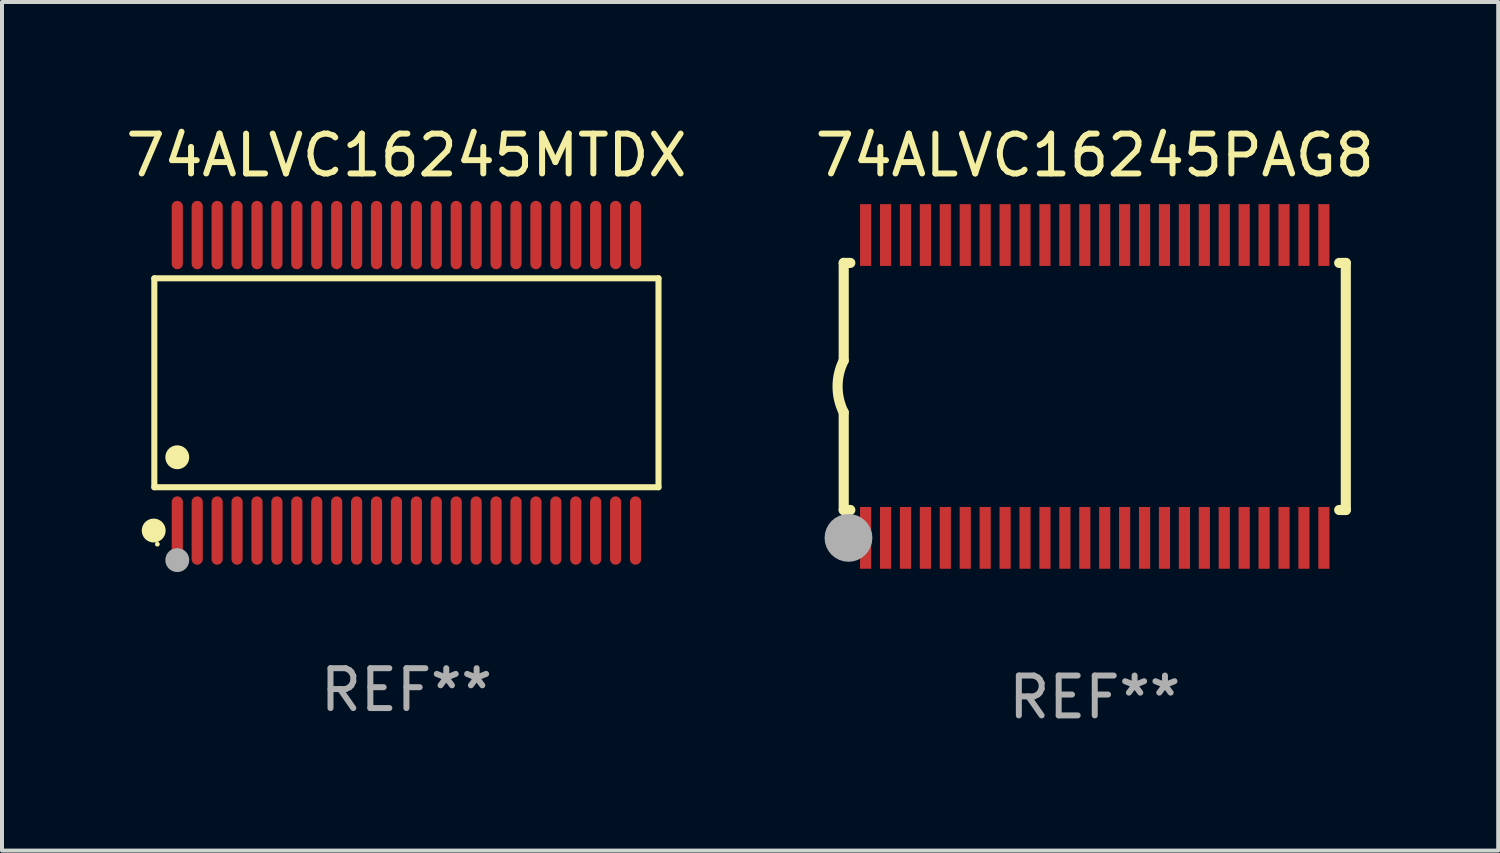
<source format=kicad_pcb>
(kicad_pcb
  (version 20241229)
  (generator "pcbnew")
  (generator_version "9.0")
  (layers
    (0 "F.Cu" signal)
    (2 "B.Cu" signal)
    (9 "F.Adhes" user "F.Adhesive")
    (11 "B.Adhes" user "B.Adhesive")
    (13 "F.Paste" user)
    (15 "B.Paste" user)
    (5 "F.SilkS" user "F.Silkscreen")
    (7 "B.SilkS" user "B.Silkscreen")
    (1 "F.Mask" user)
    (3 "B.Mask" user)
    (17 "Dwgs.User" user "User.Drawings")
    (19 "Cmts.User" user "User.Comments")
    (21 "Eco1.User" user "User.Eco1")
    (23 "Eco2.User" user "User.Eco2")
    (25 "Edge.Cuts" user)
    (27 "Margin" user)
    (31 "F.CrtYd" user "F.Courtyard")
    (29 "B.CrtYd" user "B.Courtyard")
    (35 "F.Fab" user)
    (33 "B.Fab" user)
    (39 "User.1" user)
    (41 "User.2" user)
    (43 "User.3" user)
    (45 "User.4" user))
  (footprint "74ALVC16245PAG8"
    (layer "F.Cu")
    (at 24.423 6.648)
    (property "Reference" "74ALVC16245PAG8" (at 0 -5.8 0) (layer "F.SilkS") (effects (font (size 1 1) (thickness 0.15))))
    (attr through_hole)
    (fp_line (start -6.3 -3.1) (end -6.3 -0.65) (stroke (width 0.254) (type solid)) (layer "F.SilkS"))
    (fp_line (start -6.3 -3.1) (end -6.134 -3.1) (stroke (width 0.254) (type solid)) (layer "F.SilkS"))
    (fp_line (start -6.3 3.1) (end -6.3 0.65) (stroke (width 0.254) (type solid)) (layer "F.SilkS"))
    (fp_line (start -6.3 3.1) (end -6.134 3.1) (stroke (width 0.254) (type solid)) (layer "F.SilkS"))
    (fp_line (start 6.134 -3.1) (end 6.3 -3.1) (stroke (width 0.254) (type solid)) (layer "F.SilkS"))
    (fp_line (start 6.134 3.1) (end 6.3 3.1) (stroke (width 0.254) (type solid)) (layer "F.SilkS"))
    (fp_line (start 6.3 -3.1) (end 6.3 3.1) (stroke (width 0.254) (type solid)) (layer "F.SilkS"))
    (fp_arc (start -6.301016 0.650114) (mid -6.45413 -0.000082) (end -6.3 -0.650038) (stroke (width 0.254001) (type solid)) (layer "F.SilkS"))
    (fp_circle (center -6.35 3.81) (end -6.223 3.81) (stroke (width 0.254) (type solid)) (fill no) (layer "F.SilkS"))
    (fp_circle (center -6.25 4.05) (end -6.22 4.05) (stroke (width 0.06) (type solid)) (fill no) (layer "F.SilkS"))
    (fp_circle (center -6.18 3.8) (end -5.88 3.8) (stroke (width 0.6) (type solid)) (fill no) (layer "F.Fab"))
    (fp_text user "REF**" (at 0 7.8 0) (layer "F.Fab") (effects (font (size 1 1) (thickness 0.15))))
    (pad "1" smd rect (at -5.75 3.8) (size 0.28 1.55) (layers "F.Cu" "F.Mask" "F.Paste"))
    (pad "2" smd rect (at -5.25 3.8) (size 0.28 1.55) (layers "F.Cu" "F.Mask" "F.Paste"))
    (pad "3" smd rect (at -4.75 3.8) (size 0.28 1.55) (layers "F.Cu" "F.Mask" "F.Paste"))
    (pad "4" smd rect (at -4.25 3.8) (size 0.28 1.55) (layers "F.Cu" "F.Mask" "F.Paste"))
    (pad "5" smd rect (at -3.75 3.8) (size 0.28 1.55) (layers "F.Cu" "F.Mask" "F.Paste"))
    (pad "6" smd rect (at -3.25 3.8) (size 0.28 1.55) (layers "F.Cu" "F.Mask" "F.Paste"))
    (pad "7" smd rect (at -2.75 3.8) (size 0.28 1.55) (layers "F.Cu" "F.Mask" "F.Paste"))
    (pad "8" smd rect (at -2.25 3.8) (size 0.28 1.55) (layers "F.Cu" "F.Mask" "F.Paste"))
    (pad "9" smd rect (at -1.75 3.8) (size 0.28 1.55) (layers "F.Cu" "F.Mask" "F.Paste"))
    (pad "10" smd rect (at -1.25 3.8) (size 0.28 1.55) (layers "F.Cu" "F.Mask" "F.Paste"))
    (pad "11" smd rect (at -0.75 3.8) (size 0.28 1.55) (layers "F.Cu" "F.Mask" "F.Paste"))
    (pad "12" smd rect (at -0.25 3.8) (size 0.28 1.55) (layers "F.Cu" "F.Mask" "F.Paste"))
    (pad "13" smd rect (at 0.25 3.8) (size 0.28 1.55) (layers "F.Cu" "F.Mask" "F.Paste"))
    (pad "14" smd rect (at 0.75 3.8) (size 0.28 1.55) (layers "F.Cu" "F.Mask" "F.Paste"))
    (pad "15" smd rect (at 1.25 3.8) (size 0.28 1.55) (layers "F.Cu" "F.Mask" "F.Paste"))
    (pad "16" smd rect (at 1.75 3.8) (size 0.28 1.55) (layers "F.Cu" "F.Mask" "F.Paste"))
    (pad "17" smd rect (at 2.25 3.8) (size 0.28 1.55) (layers "F.Cu" "F.Mask" "F.Paste"))
    (pad "18" smd rect (at 2.75 3.8) (size 0.28 1.55) (layers "F.Cu" "F.Mask" "F.Paste"))
    (pad "19" smd rect (at 3.25 3.8) (size 0.28 1.55) (layers "F.Cu" "F.Mask" "F.Paste"))
    (pad "20" smd rect (at 3.75 3.8) (size 0.28 1.55) (layers "F.Cu" "F.Mask" "F.Paste"))
    (pad "21" smd rect (at 4.25 3.8) (size 0.28 1.55) (layers "F.Cu" "F.Mask" "F.Paste"))
    (pad "22" smd rect (at 4.75 3.8) (size 0.28 1.55) (layers "F.Cu" "F.Mask" "F.Paste"))
    (pad "23" smd rect (at 5.25 3.8) (size 0.28 1.55) (layers "F.Cu" "F.Mask" "F.Paste"))
    (pad "24" smd rect (at 5.75 3.8) (size 0.28 1.55) (layers "F.Cu" "F.Mask" "F.Paste"))
    (pad "25" smd rect (at 5.75 -3.8) (size 0.28 1.55) (layers "F.Cu" "F.Mask" "F.Paste"))
    (pad "26" smd rect (at 5.25 -3.8) (size 0.28 1.55) (layers "F.Cu" "F.Mask" "F.Paste"))
    (pad "27" smd rect (at 4.75 -3.8) (size 0.28 1.55) (layers "F.Cu" "F.Mask" "F.Paste"))
    (pad "28" smd rect (at 4.25 -3.8) (size 0.28 1.55) (layers "F.Cu" "F.Mask" "F.Paste"))
    (pad "29" smd rect (at 3.75 -3.8) (size 0.28 1.55) (layers "F.Cu" "F.Mask" "F.Paste"))
    (pad "30" smd rect (at 3.25 -3.8) (size 0.28 1.55) (layers "F.Cu" "F.Mask" "F.Paste"))
    (pad "31" smd rect (at 2.75 -3.8) (size 0.28 1.55) (layers "F.Cu" "F.Mask" "F.Paste"))
    (pad "32" smd rect (at 2.25 -3.8) (size 0.28 1.55) (layers "F.Cu" "F.Mask" "F.Paste"))
    (pad "33" smd rect (at 1.75 -3.8) (size 0.28 1.55) (layers "F.Cu" "F.Mask" "F.Paste"))
    (pad "34" smd rect (at 1.25 -3.8) (size 0.28 1.55) (layers "F.Cu" "F.Mask" "F.Paste"))
    (pad "35" smd rect (at 0.75 -3.8) (size 0.28 1.55) (layers "F.Cu" "F.Mask" "F.Paste"))
    (pad "36" smd rect (at 0.25 -3.8) (size 0.28 1.55) (layers "F.Cu" "F.Mask" "F.Paste"))
    (pad "37" smd rect (at -0.25 -3.8) (size 0.28 1.55) (layers "F.Cu" "F.Mask" "F.Paste"))
    (pad "38" smd rect (at -0.75 -3.8) (size 0.28 1.55) (layers "F.Cu" "F.Mask" "F.Paste"))
    (pad "39" smd rect (at -1.25 -3.8) (size 0.28 1.55) (layers "F.Cu" "F.Mask" "F.Paste"))
    (pad "40" smd rect (at -1.75 -3.8) (size 0.28 1.55) (layers "F.Cu" "F.Mask" "F.Paste"))
    (pad "41" smd rect (at -2.25 -3.8) (size 0.28 1.55) (layers "F.Cu" "F.Mask" "F.Paste"))
    (pad "42" smd rect (at -2.75 -3.8) (size 0.28 1.55) (layers "F.Cu" "F.Mask" "F.Paste"))
    (pad "43" smd rect (at -3.25 -3.8) (size 0.28 1.55) (layers "F.Cu" "F.Mask" "F.Paste"))
    (pad "44" smd rect (at -3.75 -3.8) (size 0.28 1.55) (layers "F.Cu" "F.Mask" "F.Paste"))
    (pad "45" smd rect (at -4.25 -3.8) (size 0.28 1.55) (layers "F.Cu" "F.Mask" "F.Paste"))
    (pad "46" smd rect (at -4.75 -3.8) (size 0.28 1.55) (layers "F.Cu" "F.Mask" "F.Paste"))
    (pad "47" smd rect (at -5.25 -3.8) (size 0.28 1.55) (layers "F.Cu" "F.Mask" "F.Paste"))
    (pad "48" smd rect (at -5.75 -3.8) (size 0.28 1.55) (layers "F.Cu" "F.Mask" "F.Paste")))
  (footprint "74ALVC16245MTDX"
    (layer "F.Cu")
    (at 7.149 6.556)
    (property "Reference" "74ALVC16245MTDX" (at 0 -5.708 0) (layer "F.SilkS") (effects (font (size 1 1) (thickness 0.15))))
    (attr through_hole)
    (fp_line (start -6.326 -2.622) (end 6.326 -2.622) (stroke (width 0.152) (type solid)) (layer "F.SilkS"))
    (fp_line (start -6.326 2.621) (end -6.326 -2.622) (stroke (width 0.152) (type solid)) (layer "F.SilkS"))
    (fp_line (start 6.326 -2.622) (end 6.326 2.621) (stroke (width 0.152) (type solid)) (layer "F.SilkS"))
    (fp_line (start 6.326 2.621) (end -6.326 2.621) (stroke (width 0.152) (type solid)) (layer "F.SilkS"))
    (fp_circle (center -6.342 3.708) (end -6.192 3.708) (stroke (width 0.3) (type solid)) (fill no) (layer "F.SilkS"))
    (fp_circle (center -6.25 4.05) (end -6.22 4.05) (stroke (width 0.06) (type solid)) (fill no) (layer "F.SilkS"))
    (fp_circle (center -5.75 1.869) (end -5.6 1.869) (stroke (width 0.3) (type solid)) (fill no) (layer "F.SilkS"))
    (fp_circle (center -5.75 4.45) (end -5.6 4.45) (stroke (width 0.3) (type solid)) (fill no) (layer "F.Fab"))
    (fp_text user "REF**" (at 0 7.708 0) (layer "F.Fab") (effects (font (size 1 1) (thickness 0.15))))
    (pad "1" smd oval (at -5.75 3.708) (size 0.28 1.715) (layers "F.Cu" "F.Mask" "F.Paste"))
    (pad "2" smd oval (at -5.25 3.708) (size 0.28 1.715) (layers "F.Cu" "F.Mask" "F.Paste"))
    (pad "3" smd oval (at -4.75 3.708) (size 0.28 1.715) (layers "F.Cu" "F.Mask" "F.Paste"))
    (pad "4" smd oval (at -4.25 3.708) (size 0.28 1.715) (layers "F.Cu" "F.Mask" "F.Paste"))
    (pad "5" smd oval (at -3.75 3.708) (size 0.28 1.715) (layers "F.Cu" "F.Mask" "F.Paste"))
    (pad "6" smd oval (at -3.25 3.708) (size 0.28 1.715) (layers "F.Cu" "F.Mask" "F.Paste"))
    (pad "7" smd oval (at -2.75 3.708) (size 0.28 1.715) (layers "F.Cu" "F.Mask" "F.Paste"))
    (pad "8" smd oval (at -2.25 3.708) (size 0.28 1.715) (layers "F.Cu" "F.Mask" "F.Paste"))
    (pad "9" smd oval (at -1.75 3.708) (size 0.28 1.715) (layers "F.Cu" "F.Mask" "F.Paste"))
    (pad "10" smd oval (at -1.25 3.708) (size 0.28 1.715) (layers "F.Cu" "F.Mask" "F.Paste"))
    (pad "11" smd oval (at -0.75 3.708) (size 0.28 1.715) (layers "F.Cu" "F.Mask" "F.Paste"))
    (pad "12" smd oval (at -0.25 3.708) (size 0.28 1.715) (layers "F.Cu" "F.Mask" "F.Paste"))
    (pad "13" smd oval (at 0.25 3.708) (size 0.28 1.715) (layers "F.Cu" "F.Mask" "F.Paste"))
    (pad "14" smd oval (at 0.75 3.708) (size 0.28 1.715) (layers "F.Cu" "F.Mask" "F.Paste"))
    (pad "15" smd oval (at 1.25 3.708) (size 0.28 1.715) (layers "F.Cu" "F.Mask" "F.Paste"))
    (pad "16" smd oval (at 1.75 3.708) (size 0.28 1.715) (layers "F.Cu" "F.Mask" "F.Paste"))
    (pad "17" smd oval (at 2.25 3.708) (size 0.28 1.715) (layers "F.Cu" "F.Mask" "F.Paste"))
    (pad "18" smd oval (at 2.75 3.708) (size 0.28 1.715) (layers "F.Cu" "F.Mask" "F.Paste"))
    (pad "19" smd oval (at 3.25 3.708) (size 0.28 1.715) (layers "F.Cu" "F.Mask" "F.Paste"))
    (pad "20" smd oval (at 3.75 3.708) (size 0.28 1.715) (layers "F.Cu" "F.Mask" "F.Paste"))
    (pad "21" smd oval (at 4.25 3.708) (size 0.28 1.715) (layers "F.Cu" "F.Mask" "F.Paste"))
    (pad "22" smd oval (at 4.75 3.708) (size 0.28 1.715) (layers "F.Cu" "F.Mask" "F.Paste"))
    (pad "23" smd oval (at 5.25 3.708) (size 0.28 1.715) (layers "F.Cu" "F.Mask" "F.Paste"))
    (pad "24" smd oval (at 5.75 3.708) (size 0.28 1.715) (layers "F.Cu" "F.Mask" "F.Paste"))
    (pad "25" smd oval (at 5.75 -3.708) (size 0.28 1.715) (layers "F.Cu" "F.Mask" "F.Paste"))
    (pad "26" smd oval (at 5.25 -3.708) (size 0.28 1.715) (layers "F.Cu" "F.Mask" "F.Paste"))
    (pad "27" smd oval (at 4.75 -3.708) (size 0.28 1.715) (layers "F.Cu" "F.Mask" "F.Paste"))
    (pad "28" smd oval (at 4.25 -3.708) (size 0.28 1.715) (layers "F.Cu" "F.Mask" "F.Paste"))
    (pad "29" smd oval (at 3.75 -3.708) (size 0.28 1.715) (layers "F.Cu" "F.Mask" "F.Paste"))
    (pad "30" smd oval (at 3.25 -3.708) (size 0.28 1.715) (layers "F.Cu" "F.Mask" "F.Paste"))
    (pad "31" smd oval (at 2.75 -3.708) (size 0.28 1.715) (layers "F.Cu" "F.Mask" "F.Paste"))
    (pad "32" smd oval (at 2.25 -3.708) (size 0.28 1.715) (layers "F.Cu" "F.Mask" "F.Paste"))
    (pad "33" smd oval (at 1.75 -3.708) (size 0.28 1.715) (layers "F.Cu" "F.Mask" "F.Paste"))
    (pad "34" smd oval (at 1.25 -3.708) (size 0.28 1.715) (layers "F.Cu" "F.Mask" "F.Paste"))
    (pad "35" smd oval (at 0.75 -3.708) (size 0.28 1.715) (layers "F.Cu" "F.Mask" "F.Paste"))
    (pad "36" smd oval (at 0.25 -3.708) (size 0.28 1.715) (layers "F.Cu" "F.Mask" "F.Paste"))
    (pad "37" smd oval (at -0.25 -3.708) (size 0.28 1.715) (layers "F.Cu" "F.Mask" "F.Paste"))
    (pad "38" smd oval (at -0.75 -3.708) (size 0.28 1.715) (layers "F.Cu" "F.Mask" "F.Paste"))
    (pad "39" smd oval (at -1.25 -3.708) (size 0.28 1.715) (layers "F.Cu" "F.Mask" "F.Paste"))
    (pad "40" smd oval (at -1.75 -3.708) (size 0.28 1.715) (layers "F.Cu" "F.Mask" "F.Paste"))
    (pad "41" smd oval (at -2.25 -3.708) (size 0.28 1.715) (layers "F.Cu" "F.Mask" "F.Paste"))
    (pad "42" smd oval (at -2.75 -3.708) (size 0.28 1.715) (layers "F.Cu" "F.Mask" "F.Paste"))
    (pad "43" smd oval (at -3.25 -3.708) (size 0.28 1.715) (layers "F.Cu" "F.Mask" "F.Paste"))
    (pad "44" smd oval (at -3.75 -3.708) (size 0.28 1.715) (layers "F.Cu" "F.Mask" "F.Paste"))
    (pad "45" smd oval (at -4.25 -3.708) (size 0.28 1.715) (layers "F.Cu" "F.Mask" "F.Paste"))
    (pad "46" smd oval (at -4.75 -3.708) (size 0.28 1.715) (layers "F.Cu" "F.Mask" "F.Paste"))
    (pad "47" smd oval (at -5.25 -3.708) (size 0.28 1.715) (layers "F.Cu" "F.Mask" "F.Paste"))
    (pad "48" smd oval (at -5.75 -3.708) (size 0.28 1.715) (layers "F.Cu" "F.Mask" "F.Paste")))
  (gr_rect
    (start -3 -3)
    (end 34.548 18.296)
    (stroke (width 0.1) (type default))
    (fill no)
    (layer "Edge.Cuts")))
</source>
